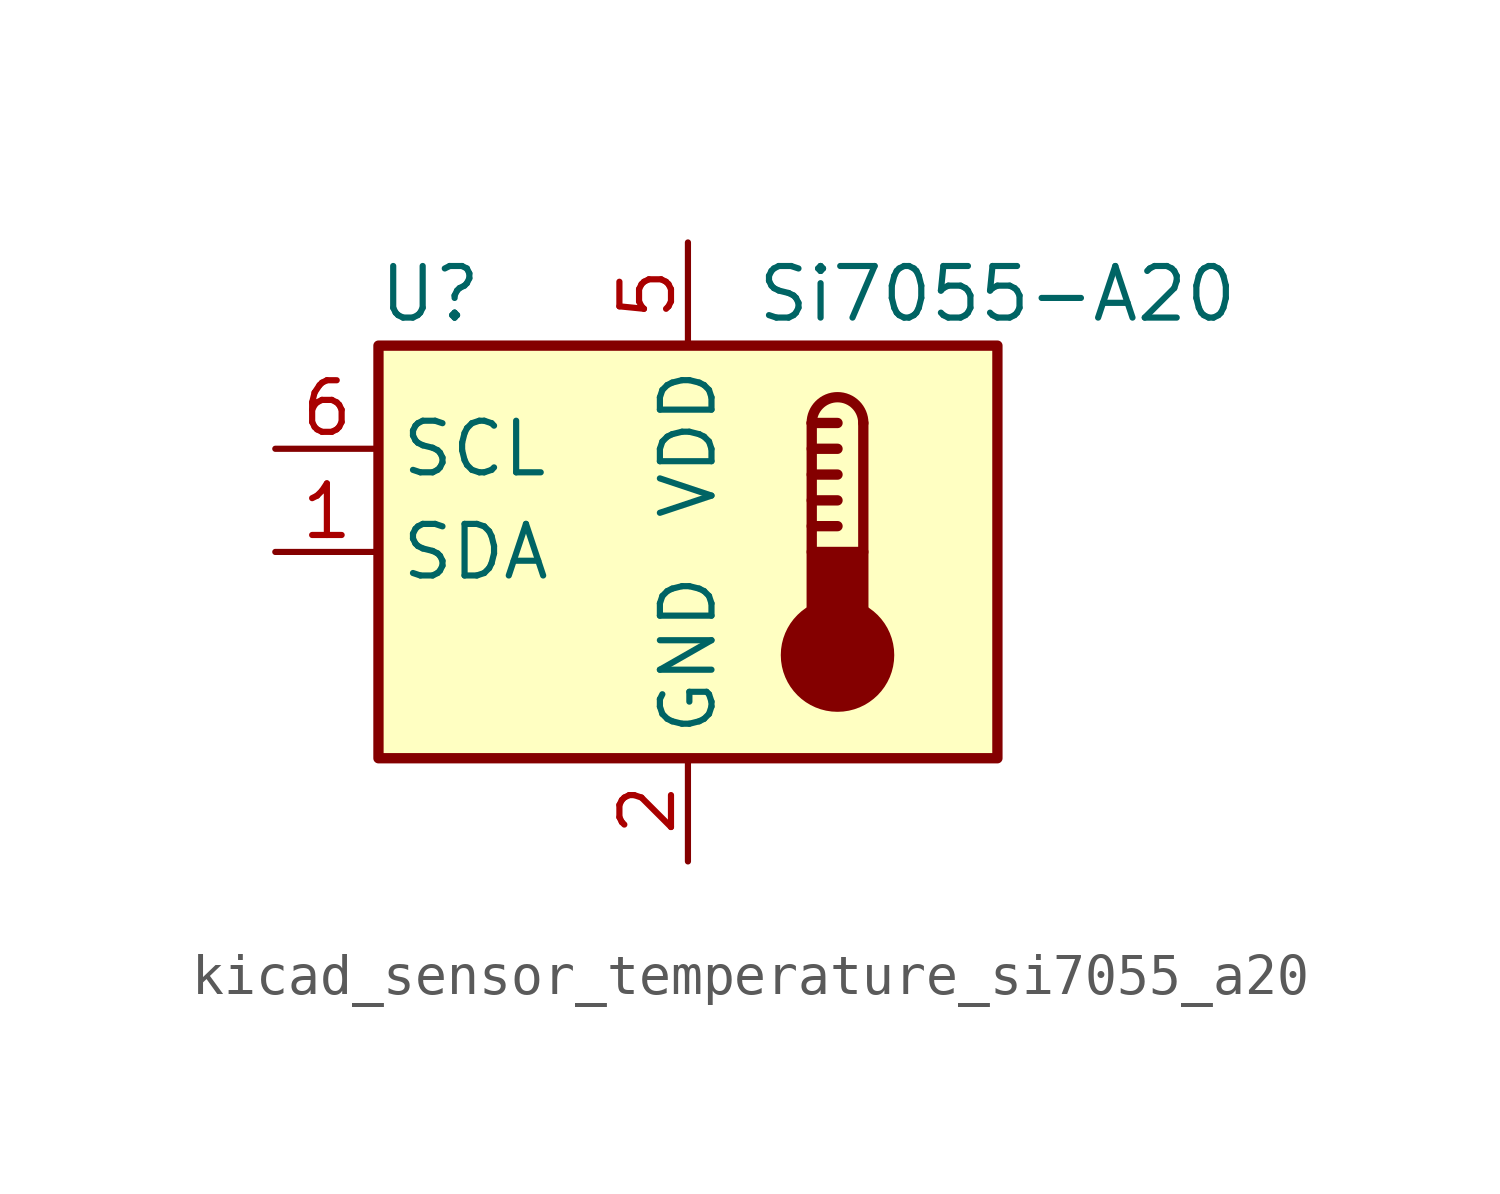
<source format=kicad_sym>
(kicad_symbol_lib
  (version 20220914)
  (generator kicad_symbol_editor)
  (symbol "kicad_sensor_temperature_si7055_a20"
    (property "Reference" "U"
      (at -6.35 6.35 0)
      (effects (font (size 1.27 1.27))))
    (property "Value" "Si7055-A20"
      (at 7.62 6.35 0)
      (effects (font (size 1.27 1.27))))
    (symbol "kicad_sensor_temperature_si7055_a20_0_1"
      (rectangle (start -7.62 5.08) (end 7.62 -5.08) (stroke (width 0.254) (type default)) (fill (type background))))
    (symbol "kicad_sensor_temperature_si7055_a20_1_1"
      (polyline (pts (xy 3.048 0.635) (xy 3.683 0.635)) (stroke (width 0.254) (type default)) (fill (type none)))
      (polyline (pts (xy 3.048 1.27) (xy 3.683 1.27)) (stroke (width 0.254) (type default)) (fill (type none)))
      (polyline (pts (xy 3.048 1.905) (xy 3.683 1.905)) (stroke (width 0.254) (type default)) (fill (type none)))
      (polyline (pts (xy 3.048 2.54) (xy 3.683 2.54)) (stroke (width 0.254) (type default)) (fill (type none)))
      (polyline (pts (xy 3.048 3.175) (xy 3.048 0)) (stroke (width 0.254) (type default)) (fill (type none)))
      (polyline (pts (xy 3.048 3.175) (xy 3.683 3.175)) (stroke (width 0.254) (type default)) (fill (type none)))
      (polyline (pts (xy 4.318 3.175) (xy 4.318 0)) (stroke (width 0.254) (type default)) (fill (type none)))
      (circle (center 3.683 -2.54) (radius 1.27) (stroke (width 0.254) (type default)) (fill (type outline)))
      (rectangle (start 4.318 -1.905) (end 3.048 0) (stroke (width 0.254) (type default)) (fill (type outline)))
      (arc (start 4.318 3.175) (mid 3.683 3.8073) (end 3.048 3.175) (stroke (width 0.254) (type default)) (fill (type none)))
      (pin bidirectional line (at -10.16 0 0) (length 2.54) (name "SDA" (effects (font (size 1.27 1.27)))) (number "1" (effects (font (size 1.27 1.27)))))
      (pin power_in line (at 0 -7.62 90) (length 2.54) (name "GND" (effects (font (size 1.27 1.27)))) (number "2" (effects (font (size 1.27 1.27)))))
      (pin no_connect line (at 7.62 2.54 180) (length 2.54) hide (name "NC" (effects (font (size 1.27 1.27)))) (number "3" (effects (font (size 1.27 1.27)))))
      (pin no_connect line (at 7.62 -2.54 180) (length 2.54) hide (name "NC" (effects (font (size 1.27 1.27)))) (number "4" (effects (font (size 1.27 1.27)))))
      (pin power_in line (at 0 7.62 270) (length 2.54) (name "VDD" (effects (font (size 1.27 1.27)))) (number "5" (effects (font (size 1.27 1.27)))))
      (pin input line (at -10.16 2.54 0) (length 2.54) (name "SCL" (effects (font (size 1.27 1.27)))) (number "6" (effects (font (size 1.27 1.27))))))))
</source>
